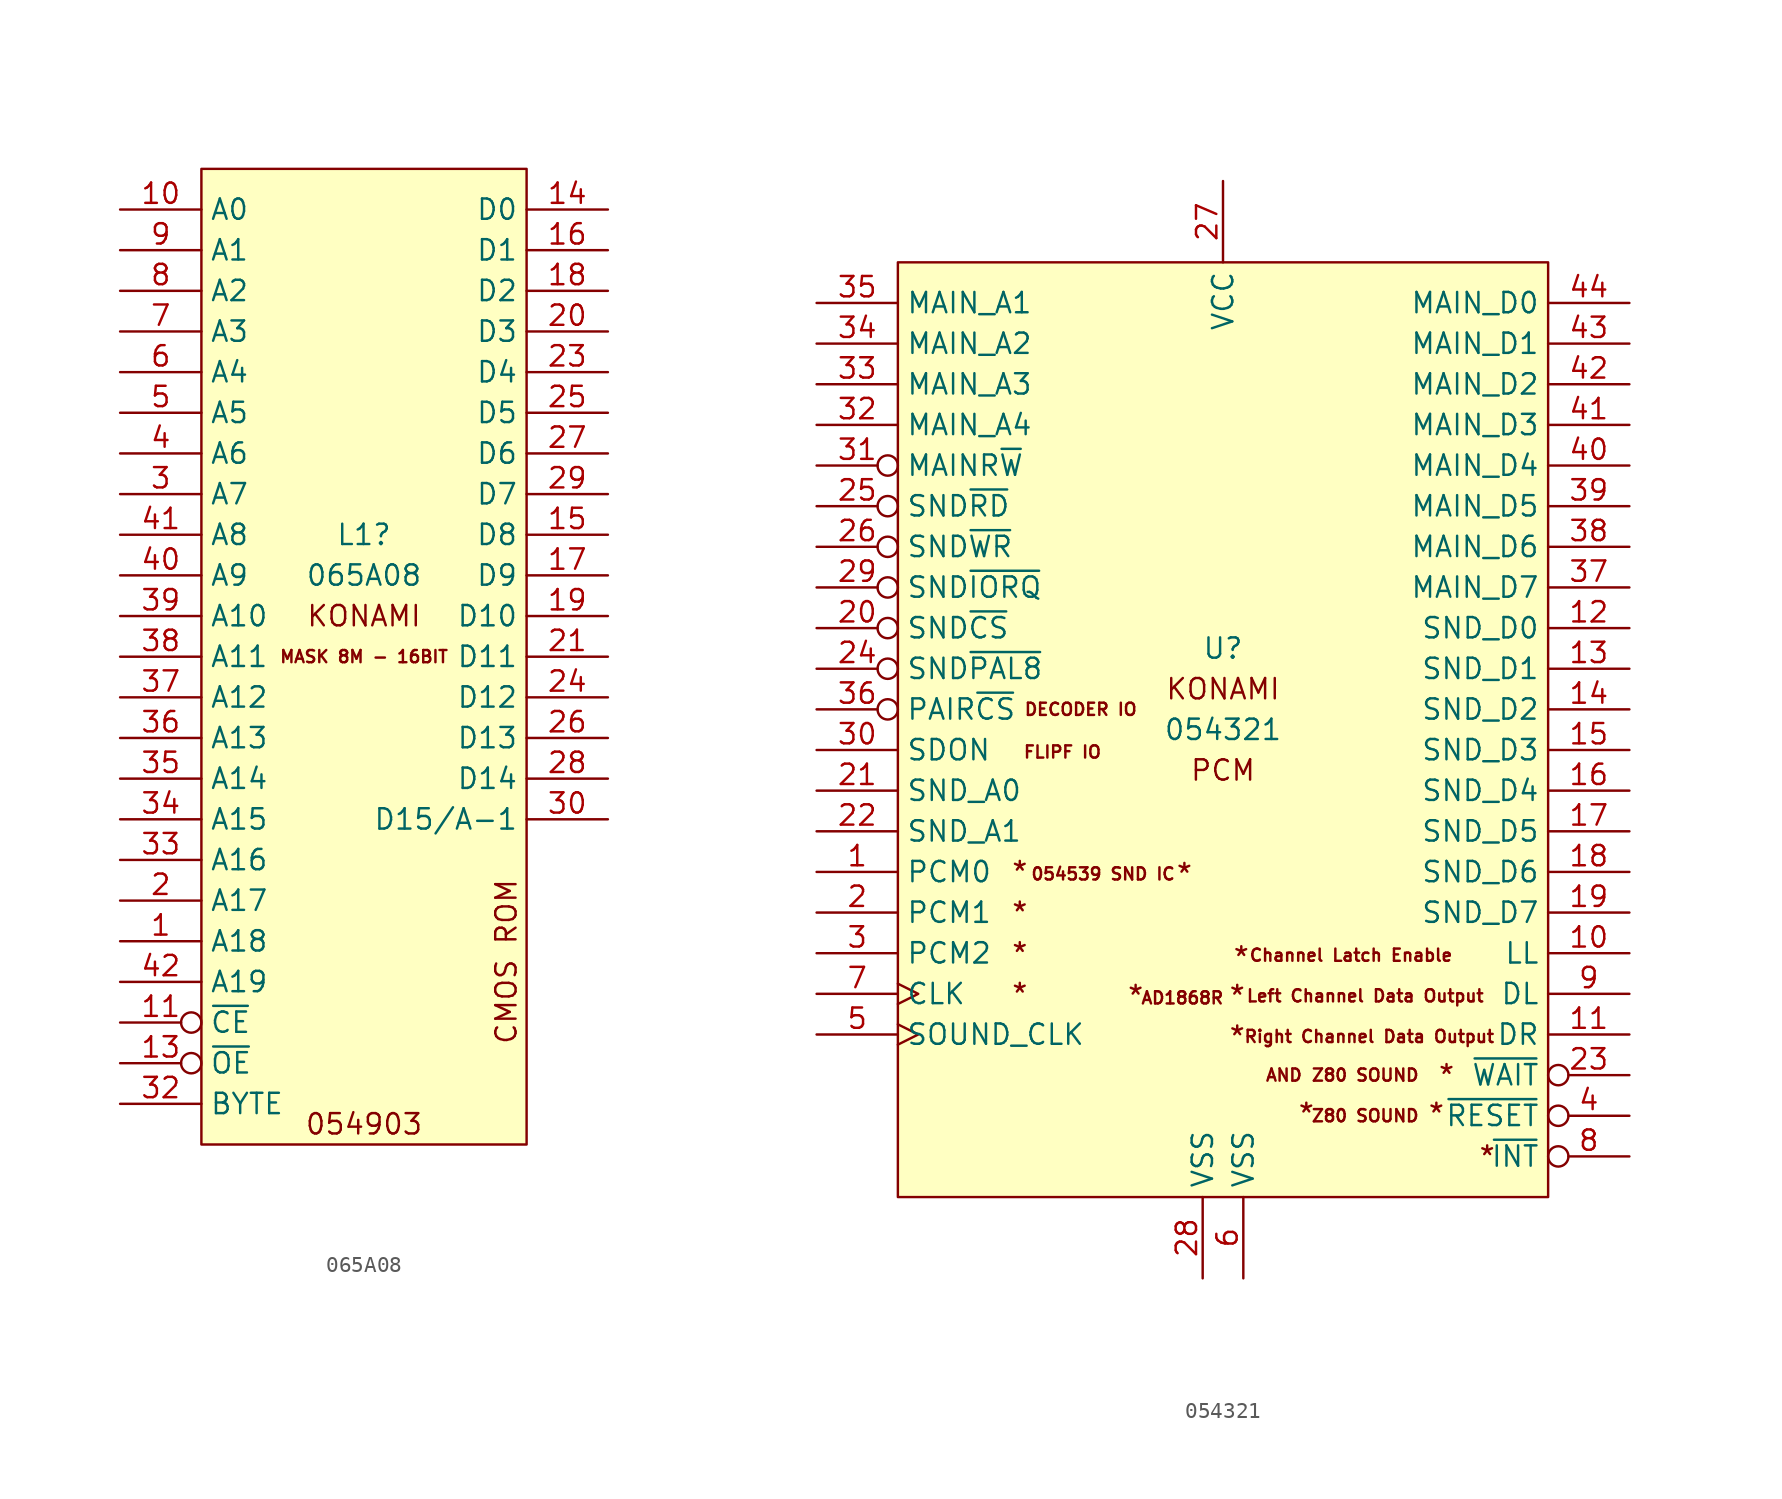
<source format=kicad_sym>
(kicad_symbol_lib
  (version 20231120)
  (generator "kicad_symbol_editor")
  (generator_version "8.0")
  (symbol "065A08"
    (property "Reference" "L1"
      (at 0 5.08 0)
      (effects (font (size 1.27 1.27))))
    (property "Value" "065A08"
      (at 0 2.54 0)
      (effects (font (size 1.27 1.27))))
    (symbol "065A08_0_0"
      (text "054903" (at 0 -31.75 0) (effects (font (size 1.27 1.27))))
      (text "CMOS ROM" (at 8.89 -21.59 900) (effects (font (size 1.27 1.27))))
      (text "KONAMI" (at 0 0 0) (effects (font (size 1.27 1.27))))
      (text "MASK 8M - 16BIT" (at 0 -2.54 0) (effects (font (size 0.762 0.762)))))
    (symbol "065A08_0_1"
      (rectangle (start -10.16 27.94) (end 10.16 -33.02) (stroke (width 0) (type default)) (fill (type background))))
    (symbol "065A08_1_1"
      (pin input line (at -15.24 -20.32 0) (length 5.08) (name "A18" (effects (font (size 1.27 1.27)))) (number "1" (effects (font (size 1.27 1.27)))))
      (pin input line (at -15.24 25.4 0) (length 5.08) (name "A0" (effects (font (size 1.27 1.27)))) (number "10" (effects (font (size 1.27 1.27)))))
      (pin input inverted (at -15.24 -25.4 0) (length 5.08) (name "~{CE}" (effects (font (size 1.27 1.27)))) (number "11" (effects (font (size 1.27 1.27)))))
      (pin power_in line (at -1.27 -33.02 90) (length 2.54) hide (name "VSS" (effects (font (size 1.27 1.27)))) (number "12" (effects (font (size 1.27 1.27)))))
      (pin input inverted (at -15.24 -27.94 0) (length 5.08) (name "~{OE}" (effects (font (size 1.27 1.27)))) (number "13" (effects (font (size 1.27 1.27)))))
      (pin bidirectional line (at 15.24 25.4 180) (length 5.08) (name "D0" (effects (font (size 1.27 1.27)))) (number "14" (effects (font (size 1.27 1.27)))))
      (pin bidirectional line (at 15.24 5.08 180) (length 5.08) (name "D8" (effects (font (size 1.27 1.27)))) (number "15" (effects (font (size 1.27 1.27)))))
      (pin bidirectional line (at 15.24 22.86 180) (length 5.08) (name "D1" (effects (font (size 1.27 1.27)))) (number "16" (effects (font (size 1.27 1.27)))))
      (pin bidirectional line (at 15.24 2.54 180) (length 5.08) (name "D9" (effects (font (size 1.27 1.27)))) (number "17" (effects (font (size 1.27 1.27)))))
      (pin bidirectional line (at 15.24 20.32 180) (length 5.08) (name "D2" (effects (font (size 1.27 1.27)))) (number "18" (effects (font (size 1.27 1.27)))))
      (pin bidirectional line (at 15.24 0 180) (length 5.08) (name "D10" (effects (font (size 1.27 1.27)))) (number "19" (effects (font (size 1.27 1.27)))))
      (pin input line (at -15.24 -17.78 0) (length 5.08) (name "A17" (effects (font (size 1.27 1.27)))) (number "2" (effects (font (size 1.27 1.27)))))
      (pin bidirectional line (at 15.24 17.78 180) (length 5.08) (name "D3" (effects (font (size 1.27 1.27)))) (number "20" (effects (font (size 1.27 1.27)))))
      (pin bidirectional line (at 15.24 -2.54 180) (length 5.08) (name "D11" (effects (font (size 1.27 1.27)))) (number "21" (effects (font (size 1.27 1.27)))))
      (pin power_in line (at 0 27.94 270) (length 2.54) hide (name "VCC" (effects (font (size 1.27 1.27)))) (number "22" (effects (font (size 1.27 1.27)))))
      (pin bidirectional line (at 15.24 15.24 180) (length 5.08) (name "D4" (effects (font (size 1.27 1.27)))) (number "23" (effects (font (size 1.27 1.27)))))
      (pin bidirectional line (at 15.24 -5.08 180) (length 5.08) (name "D12" (effects (font (size 1.27 1.27)))) (number "24" (effects (font (size 1.27 1.27)))))
      (pin bidirectional line (at 15.24 12.7 180) (length 5.08) (name "D5" (effects (font (size 1.27 1.27)))) (number "25" (effects (font (size 1.27 1.27)))))
      (pin bidirectional line (at 15.24 -7.62 180) (length 5.08) (name "D13" (effects (font (size 1.27 1.27)))) (number "26" (effects (font (size 1.27 1.27)))))
      (pin bidirectional line (at 15.24 10.16 180) (length 5.08) (name "D6" (effects (font (size 1.27 1.27)))) (number "27" (effects (font (size 1.27 1.27)))))
      (pin bidirectional line (at 15.24 -10.16 180) (length 5.08) (name "D14" (effects (font (size 1.27 1.27)))) (number "28" (effects (font (size 1.27 1.27)))))
      (pin bidirectional line (at 15.24 7.62 180) (length 5.08) (name "D7" (effects (font (size 1.27 1.27)))) (number "29" (effects (font (size 1.27 1.27)))))
      (pin input line (at -15.24 7.62 0) (length 5.08) (name "A7" (effects (font (size 1.27 1.27)))) (number "3" (effects (font (size 1.27 1.27)))))
      (pin bidirectional line (at 15.24 -12.7 180) (length 5.08) (name "D15/A-1" (effects (font (size 1.27 1.27)))) (number "30" (effects (font (size 1.27 1.27)))))
      (pin power_in line (at 1.27 -33.02 90) (length 2.54) hide (name "VCC" (effects (font (size 1.27 1.27)))) (number "31" (effects (font (size 1.27 1.27)))))
      (pin input line (at -15.24 -30.48 0) (length 5.08) (name "BYTE" (effects (font (size 1.27 1.27)))) (number "32" (effects (font (size 1.27 1.27)))))
      (pin input line (at -15.24 -15.24 0) (length 5.08) (name "A16" (effects (font (size 1.27 1.27)))) (number "33" (effects (font (size 1.27 1.27)))))
      (pin input line (at -15.24 -12.7 0) (length 5.08) (name "A15" (effects (font (size 1.27 1.27)))) (number "34" (effects (font (size 1.27 1.27)))))
      (pin input line (at -15.24 -10.16 0) (length 5.08) (name "A14" (effects (font (size 1.27 1.27)))) (number "35" (effects (font (size 1.27 1.27)))))
      (pin input line (at -15.24 -7.62 0) (length 5.08) (name "A13" (effects (font (size 1.27 1.27)))) (number "36" (effects (font (size 1.27 1.27)))))
      (pin input line (at -15.24 -5.08 0) (length 5.08) (name "A12" (effects (font (size 1.27 1.27)))) (number "37" (effects (font (size 1.27 1.27)))))
      (pin input line (at -15.24 -2.54 0) (length 5.08) (name "A11" (effects (font (size 1.27 1.27)))) (number "38" (effects (font (size 1.27 1.27)))))
      (pin input line (at -15.24 0 0) (length 5.08) (name "A10" (effects (font (size 1.27 1.27)))) (number "39" (effects (font (size 1.27 1.27)))))
      (pin input line (at -15.24 10.16 0) (length 5.08) (name "A6" (effects (font (size 1.27 1.27)))) (number "4" (effects (font (size 1.27 1.27)))))
      (pin input line (at -15.24 2.54 0) (length 5.08) (name "A9" (effects (font (size 1.27 1.27)))) (number "40" (effects (font (size 1.27 1.27)))))
      (pin input line (at -15.24 5.08 0) (length 5.08) (name "A8" (effects (font (size 1.27 1.27)))) (number "41" (effects (font (size 1.27 1.27)))))
      (pin input line (at -15.24 -22.86 0) (length 5.08) (name "A19" (effects (font (size 1.27 1.27)))) (number "42" (effects (font (size 1.27 1.27)))))
      (pin input line (at -15.24 12.7 0) (length 5.08) (name "A5" (effects (font (size 1.27 1.27)))) (number "5" (effects (font (size 1.27 1.27)))))
      (pin input line (at -15.24 15.24 0) (length 5.08) (name "A4" (effects (font (size 1.27 1.27)))) (number "6" (effects (font (size 1.27 1.27)))))
      (pin input line (at -15.24 17.78 0) (length 5.08) (name "A3" (effects (font (size 1.27 1.27)))) (number "7" (effects (font (size 1.27 1.27)))))
      (pin input line (at -15.24 20.32 0) (length 5.08) (name "A2" (effects (font (size 1.27 1.27)))) (number "8" (effects (font (size 1.27 1.27)))))
      (pin input line (at -15.24 22.86 0) (length 5.08) (name "A1" (effects (font (size 1.27 1.27)))) (number "9" (effects (font (size 1.27 1.27)))))))
  (symbol "054321"
    (property "Reference" "U"
      (at 0 5.08 0)
      (effects (font (size 1.27 1.27))))
    (property "Value" "054321"
      (at 0 0 0)
      (effects (font (size 1.27 1.27))))
    (symbol "054321_0_0"
      (rectangle (start -20.32 29.21) (end 20.32 -29.21) (stroke (width 0.152) (type default)) (fill (type background)))
      (text "*" (at -12.7 -16.51 0) (effects (font (size 1.27 1.27))))
      (text "*" (at -12.7 -13.97 0) (effects (font (size 1.27 1.27))))
      (text "*" (at -12.7 -11.43 0) (effects (font (size 1.27 1.27))))
      (text "*" (at -12.7 -8.89 0) (effects (font (size 1.27 1.27))))
      (text "*" (at -5.461 -16.637 0) (effects (font (size 1.27 1.27))))
      (text "*" (at -2.413 -9.017 0) (effects (font (size 1.27 1.27))))
      (text "*" (at 0.889 -19.177 0) (effects (font (size 1.27 1.27))))
      (text "*" (at 0.889 -16.637 0) (effects (font (size 1.27 1.27))))
      (text "*" (at 1.143 -14.224 0) (effects (font (size 1.27 1.27))))
      (text "*" (at 5.207 -24.003 0) (effects (font (size 1.27 1.27))))
      (text "*" (at 13.335 -24.003 0) (effects (font (size 1.27 1.27))))
      (text "*" (at 13.97 -21.59 0) (effects (font (size 1.27 1.27))))
      (text "*" (at 16.51 -26.67 0) (effects (font (size 1.27 1.27))))
      (text "054539 SND IC" (at -7.493 -9.017 0) (effects (font (size 0.762 0.762))))
      (text "AD1868R" (at -2.54 -16.764 0) (effects (font (size 0.762 0.762))))
      (text "AND" (at 3.81 -21.59 0) (effects (font (size 0.762 0.762))))
      (text "Channel Latch Enable" (at 8.001 -14.097 0) (effects (font (size 0.762 0.762))))
      (text "DECODER IO" (at -8.89 1.27 0) (effects (font (size 0.762 0.762))))
      (text "FLIPF IO" (at -10.033 -1.397 0) (effects (font (size 0.762 0.762))))
      (text "KONAMI" (at 0 2.54 0) (effects (font (size 1.27 1.27))))
      (text "Left Channel Data Output" (at 8.89 -16.637 0) (effects (font (size 0.762 0.762))))
      (text "PCM" (at 0 -2.54 0) (effects (font (size 1.27 1.27))))
      (text "Right Channel Data Output" (at 9.144 -19.177 0) (effects (font (size 0.762 0.762))))
      (text "Z80 SOUND" (at 8.89 -24.13 0) (effects (font (size 0.762 0.762))))
      (text "Z80 SOUND" (at 8.89 -21.59 0) (effects (font (size 0.762 0.762)))))
    (symbol "054321_1_1"
      (pin bidirectional line (at -25.4 -8.89 0) (length 5.08) (name "PCM0" (effects (font (size 1.27 1.27)))) (number "1" (effects (font (size 1.27 1.27)))))
      (pin output line (at 25.4 -13.97 180) (length 5.08) (name "LL" (effects (font (size 1.27 1.27)))) (number "10" (effects (font (size 1.27 1.27)))))
      (pin output line (at 25.4 -19.05 180) (length 5.08) (name "DR" (effects (font (size 1.27 1.27)))) (number "11" (effects (font (size 1.27 1.27)))))
      (pin bidirectional line (at 25.4 6.35 180) (length 5.08) (name "SND_D0" (effects (font (size 1.27 1.27)))) (number "12" (effects (font (size 1.27 1.27)))))
      (pin bidirectional line (at 25.4 3.81 180) (length 5.08) (name "SND_D1" (effects (font (size 1.27 1.27)))) (number "13" (effects (font (size 1.27 1.27)))))
      (pin bidirectional line (at 25.4 1.27 180) (length 5.08) (name "SND_D2" (effects (font (size 1.27 1.27)))) (number "14" (effects (font (size 1.27 1.27)))))
      (pin bidirectional line (at 25.4 -1.27 180) (length 5.08) (name "SND_D3" (effects (font (size 1.27 1.27)))) (number "15" (effects (font (size 1.27 1.27)))))
      (pin bidirectional line (at 25.4 -3.81 180) (length 5.08) (name "SND_D4" (effects (font (size 1.27 1.27)))) (number "16" (effects (font (size 1.27 1.27)))))
      (pin bidirectional line (at 25.4 -6.35 180) (length 5.08) (name "SND_D5" (effects (font (size 1.27 1.27)))) (number "17" (effects (font (size 1.27 1.27)))))
      (pin bidirectional line (at 25.4 -8.89 180) (length 5.08) (name "SND_D6" (effects (font (size 1.27 1.27)))) (number "18" (effects (font (size 1.27 1.27)))))
      (pin bidirectional line (at 25.4 -11.43 180) (length 5.08) (name "SND_D7" (effects (font (size 1.27 1.27)))) (number "19" (effects (font (size 1.27 1.27)))))
      (pin bidirectional line (at -25.4 -11.43 0) (length 5.08) (name "PCM1" (effects (font (size 1.27 1.27)))) (number "2" (effects (font (size 1.27 1.27)))))
      (pin input inverted (at -25.4 6.35 0) (length 5.08) (name "SND~{CS}" (effects (font (size 1.27 1.27)))) (number "20" (effects (font (size 1.27 1.27)))))
      (pin input line (at -25.4 -3.81 0) (length 5.08) (name "SND_A0" (effects (font (size 1.27 1.27)))) (number "21" (effects (font (size 1.27 1.27)))))
      (pin input line (at -25.4 -6.35 0) (length 5.08) (name "SND_A1" (effects (font (size 1.27 1.27)))) (number "22" (effects (font (size 1.27 1.27)))))
      (pin output inverted (at 25.4 -21.59 180) (length 5.08) (name "~{WAIT}" (effects (font (size 1.27 1.27)))) (number "23" (effects (font (size 1.27 1.27)))))
      (pin input inverted (at -25.4 3.81 0) (length 5.08) (name "SND~{PAL8}" (effects (font (size 1.27 1.27)))) (number "24" (effects (font (size 1.27 1.27)))))
      (pin input inverted (at -25.4 13.97 0) (length 5.08) (name "SND~{RD}" (effects (font (size 1.27 1.27)))) (number "25" (effects (font (size 1.27 1.27)))))
      (pin input inverted (at -25.4 11.43 0) (length 5.08) (name "SND~{WR}" (effects (font (size 1.27 1.27)))) (number "26" (effects (font (size 1.27 1.27)))))
      (pin power_in line (at 0 34.29 270) (length 5.08) (name "VCC" (effects (font (size 1.27 1.27)))) (number "27" (effects (font (size 1.27 1.27)))))
      (pin power_in line (at -1.27 -34.29 90) (length 5.08) (name "VSS" (effects (font (size 1.27 1.27)))) (number "28" (effects (font (size 1.27 1.27)))))
      (pin input inverted (at -25.4 8.89 0) (length 5.08) (name "SND~{IORQ}" (effects (font (size 1.27 1.27)))) (number "29" (effects (font (size 1.27 1.27)))))
      (pin bidirectional line (at -25.4 -13.97 0) (length 5.08) (name "PCM2" (effects (font (size 1.27 1.27)))) (number "3" (effects (font (size 1.27 1.27)))))
      (pin input line (at -25.4 -1.27 0) (length 5.08) (name "SDON" (effects (font (size 1.27 1.27)))) (number "30" (effects (font (size 1.27 1.27)))))
      (pin input inverted (at -25.4 16.51 0) (length 5.08) (name "MAINR~{W}" (effects (font (size 1.27 1.27)))) (number "31" (effects (font (size 1.27 1.27)))))
      (pin input line (at -25.4 19.05 0) (length 5.08) (name "MAIN_A4" (effects (font (size 1.27 1.27)))) (number "32" (effects (font (size 1.27 1.27)))))
      (pin input line (at -25.4 21.59 0) (length 5.08) (name "MAIN_A3" (effects (font (size 1.27 1.27)))) (number "33" (effects (font (size 1.27 1.27)))))
      (pin input line (at -25.4 24.13 0) (length 5.08) (name "MAIN_A2" (effects (font (size 1.27 1.27)))) (number "34" (effects (font (size 1.27 1.27)))))
      (pin input line (at -25.4 26.67 0) (length 5.08) (name "MAIN_A1" (effects (font (size 1.27 1.27)))) (number "35" (effects (font (size 1.27 1.27)))))
      (pin input inverted (at -25.4 1.27 0) (length 5.08) (name "PAIR~{CS}" (effects (font (size 1.27 1.27)))) (number "36" (effects (font (size 1.27 1.27)))))
      (pin bidirectional line (at 25.4 8.89 180) (length 5.08) (name "MAIN_D7" (effects (font (size 1.27 1.27)))) (number "37" (effects (font (size 1.27 1.27)))))
      (pin bidirectional line (at 25.4 11.43 180) (length 5.08) (name "MAIN_D6" (effects (font (size 1.27 1.27)))) (number "38" (effects (font (size 1.27 1.27)))))
      (pin bidirectional line (at 25.4 13.97 180) (length 5.08) (name "MAIN_D5" (effects (font (size 1.27 1.27)))) (number "39" (effects (font (size 1.27 1.27)))))
      (pin output inverted (at 25.4 -24.13 180) (length 5.08) (name "~{RESET}" (effects (font (size 1.27 1.27)))) (number "4" (effects (font (size 1.27 1.27)))))
      (pin bidirectional line (at 25.4 16.51 180) (length 5.08) (name "MAIN_D4" (effects (font (size 1.27 1.27)))) (number "40" (effects (font (size 1.27 1.27)))))
      (pin bidirectional line (at 25.4 19.05 180) (length 5.08) (name "MAIN_D3" (effects (font (size 1.27 1.27)))) (number "41" (effects (font (size 1.27 1.27)))))
      (pin bidirectional line (at 25.4 21.59 180) (length 5.08) (name "MAIN_D2" (effects (font (size 1.27 1.27)))) (number "42" (effects (font (size 1.27 1.27)))))
      (pin bidirectional line (at 25.4 24.13 180) (length 5.08) (name "MAIN_D1" (effects (font (size 1.27 1.27)))) (number "43" (effects (font (size 1.27 1.27)))))
      (pin bidirectional line (at 25.4 26.67 180) (length 5.08) (name "MAIN_D0" (effects (font (size 1.27 1.27)))) (number "44" (effects (font (size 1.27 1.27)))))
      (pin input clock (at -25.4 -19.05 0) (length 5.08) (name "SOUND_CLK" (effects (font (size 1.27 1.27)))) (number "5" (effects (font (size 1.27 1.27)))))
      (pin power_in line (at 1.27 -34.29 90) (length 5.08) (name "VSS" (effects (font (size 1.27 1.27)))) (number "6" (effects (font (size 1.27 1.27)))))
      (pin input clock (at -25.4 -16.51 0) (length 5.08) (name "CLK" (effects (font (size 1.27 1.27)))) (number "7" (effects (font (size 1.27 1.27)))))
      (pin output inverted (at 25.4 -26.67 180) (length 5.08) (name "~{INT}" (effects (font (size 1.27 1.27)))) (number "8" (effects (font (size 1.27 1.27)))))
      (pin output line (at 25.4 -16.51 180) (length 5.08) (name "DL" (effects (font (size 1.27 1.27)))) (number "9" (effects (font (size 1.27 1.27))))))))
</source>
